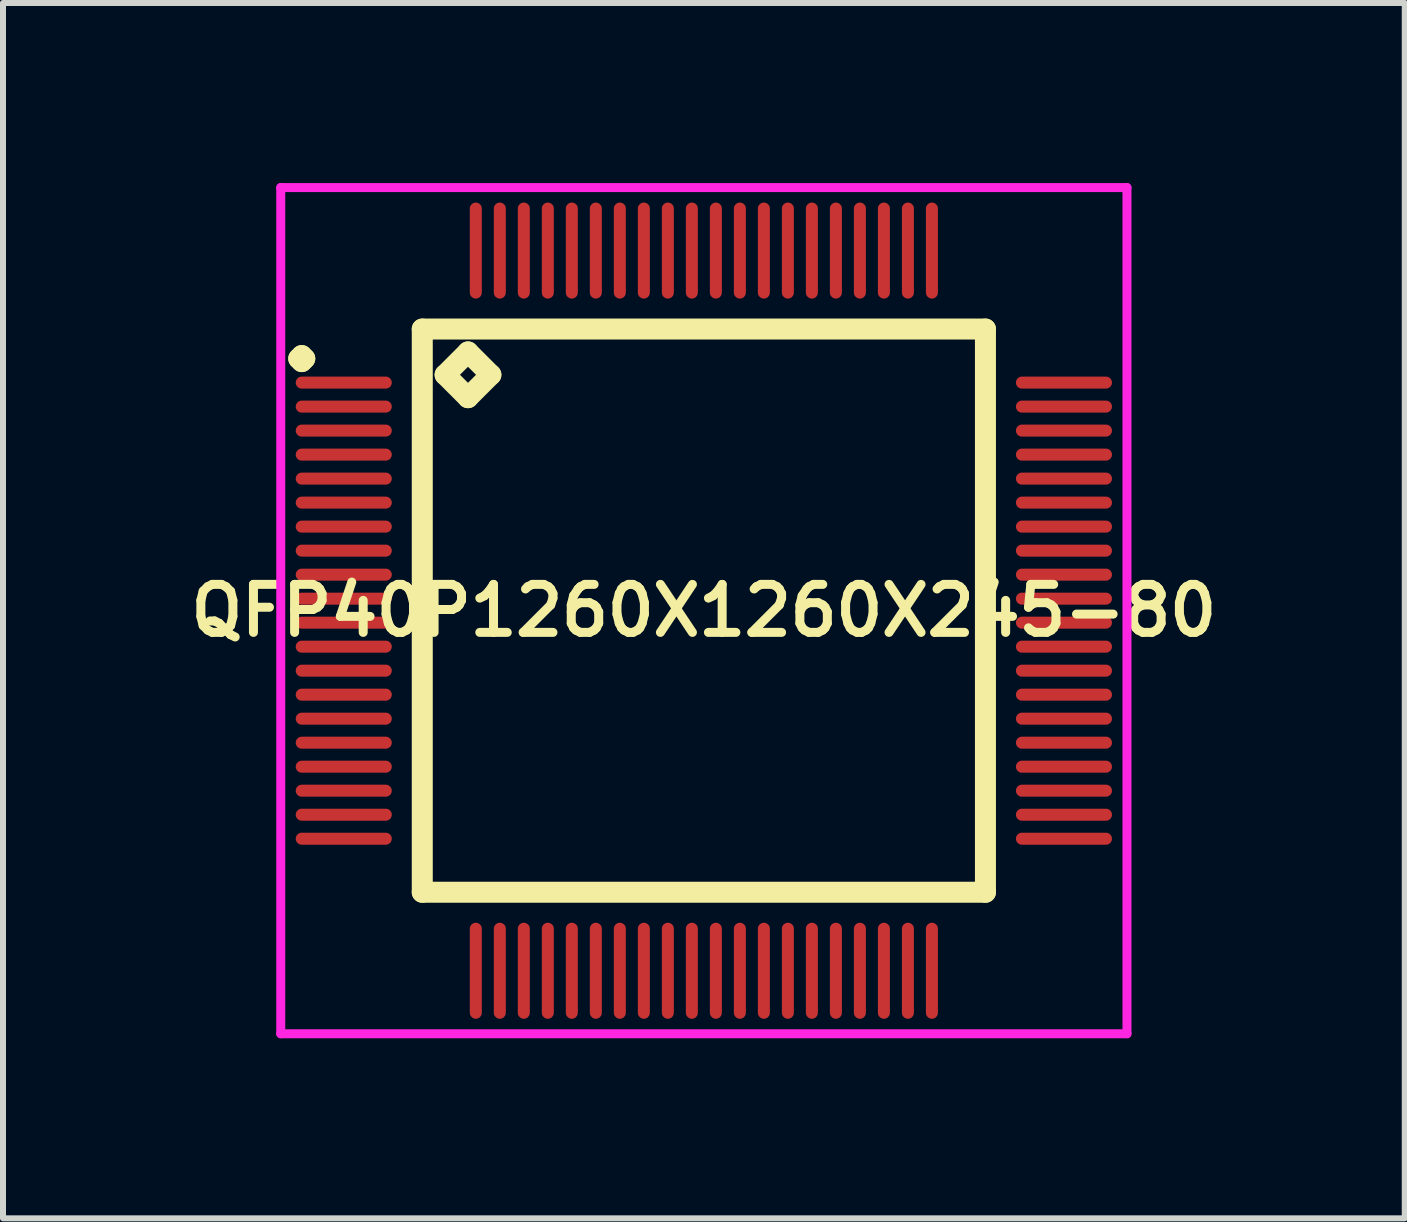
<source format=kicad_pcb>
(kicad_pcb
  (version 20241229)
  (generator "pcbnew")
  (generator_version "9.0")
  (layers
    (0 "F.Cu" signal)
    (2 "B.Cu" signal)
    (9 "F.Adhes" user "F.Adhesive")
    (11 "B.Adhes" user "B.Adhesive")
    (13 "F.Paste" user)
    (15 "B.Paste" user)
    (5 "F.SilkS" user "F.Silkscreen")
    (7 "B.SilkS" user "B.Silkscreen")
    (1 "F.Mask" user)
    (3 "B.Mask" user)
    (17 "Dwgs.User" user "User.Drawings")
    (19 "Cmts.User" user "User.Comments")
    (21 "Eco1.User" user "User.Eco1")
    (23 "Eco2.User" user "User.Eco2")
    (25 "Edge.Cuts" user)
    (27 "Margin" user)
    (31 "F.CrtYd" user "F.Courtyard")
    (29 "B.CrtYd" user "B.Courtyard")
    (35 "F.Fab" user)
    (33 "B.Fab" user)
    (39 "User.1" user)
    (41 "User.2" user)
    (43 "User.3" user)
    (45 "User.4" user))
  (footprint "QFP40P1260X1260X245-80"
    (layer "F.Cu")
    (at 8.678 7.125)
    (property "Reference" "QFP40P1260X1260X245-80" (at 0 0 0) (layer "F.SilkS") (effects (font (size 0.8 0.8) (thickness 0.15))))
    (attr smd)
    (fp_line (start -6.75 -4.2) (end -6.7 -4.25) (stroke (width 0.35) (type solid)) (layer "F.SilkS"))
    (fp_line (start -6.7 -4.25) (end -6.65 -4.2) (stroke (width 0.35) (type solid)) (layer "F.SilkS"))
    (fp_line (start -6.7 -4.15) (end -6.75 -4.2) (stroke (width 0.35) (type solid)) (layer "F.SilkS"))
    (fp_line (start -6.65 -4.2) (end -6.7 -4.15) (stroke (width 0.35) (type solid)) (layer "F.SilkS"))
    (fp_line (start -4.692 -4.692) (end -4.692 4.692) (stroke (width 0.35) (type solid)) (layer "F.SilkS"))
    (fp_line (start -4.692 4.692) (end 4.692 4.692) (stroke (width 0.35) (type solid)) (layer "F.SilkS"))
    (fp_line (start -4.311 -3.93) (end -3.93 -4.311) (stroke (width 0.35) (type solid)) (layer "F.SilkS"))
    (fp_line (start -3.93 -4.311) (end -3.549 -3.93) (stroke (width 0.35) (type solid)) (layer "F.SilkS"))
    (fp_line (start -3.93 -3.549) (end -4.311 -3.93) (stroke (width 0.35) (type solid)) (layer "F.SilkS"))
    (fp_line (start -3.549 -3.93) (end -3.93 -3.549) (stroke (width 0.35) (type solid)) (layer "F.SilkS"))
    (fp_line (start 4.692 -4.692) (end -4.692 -4.692) (stroke (width 0.35) (type solid)) (layer "F.SilkS"))
    (fp_line (start 4.692 4.692) (end 4.692 -4.692) (stroke (width 0.35) (type solid)) (layer "F.SilkS"))
    (fp_line (start -7.05 -7.05) (end 7.05 -7.05) (stroke (width 0.15) (type solid)) (layer "F.CrtYd"))
    (fp_line (start -7.05 7.05) (end -7.05 -7.05) (stroke (width 0.15) (type solid)) (layer "F.CrtYd"))
    (fp_line (start 7.05 -7.05) (end 7.05 7.05) (stroke (width 0.15) (type solid)) (layer "F.CrtYd"))
    (fp_line (start 7.05 7.05) (end -7.05 7.05) (stroke (width 0.15) (type solid)) (layer "F.CrtYd"))
    (pad "1" smd oval (at -6 -3.8) (size 1.6 0.2) (layers "F.Cu" "F.Mask" "F.Paste"))
    (pad "2" smd oval (at -6 -3.4) (size 1.6 0.2) (layers "F.Cu" "F.Mask" "F.Paste"))
    (pad "3" smd oval (at -6 -3) (size 1.6 0.2) (layers "F.Cu" "F.Mask" "F.Paste"))
    (pad "4" smd oval (at -6 -2.6) (size 1.6 0.2) (layers "F.Cu" "F.Mask" "F.Paste"))
    (pad "5" smd oval (at -6 -2.2) (size 1.6 0.2) (layers "F.Cu" "F.Mask" "F.Paste"))
    (pad "6" smd oval (at -6 -1.8) (size 1.6 0.2) (layers "F.Cu" "F.Mask" "F.Paste"))
    (pad "7" smd oval (at -6 -1.4) (size 1.6 0.2) (layers "F.Cu" "F.Mask" "F.Paste"))
    (pad "8" smd oval (at -6 -1) (size 1.6 0.2) (layers "F.Cu" "F.Mask" "F.Paste"))
    (pad "9" smd oval (at -6 -0.6) (size 1.6 0.2) (layers "F.Cu" "F.Mask" "F.Paste"))
    (pad "10" smd oval (at -6 -0.2) (size 1.6 0.2) (layers "F.Cu" "F.Mask" "F.Paste"))
    (pad "11" smd oval (at -6 0.2) (size 1.6 0.2) (layers "F.Cu" "F.Mask" "F.Paste"))
    (pad "12" smd oval (at -6 0.6) (size 1.6 0.2) (layers "F.Cu" "F.Mask" "F.Paste"))
    (pad "13" smd oval (at -6 1) (size 1.6 0.2) (layers "F.Cu" "F.Mask" "F.Paste"))
    (pad "14" smd oval (at -6 1.4) (size 1.6 0.2) (layers "F.Cu" "F.Mask" "F.Paste"))
    (pad "15" smd oval (at -6 1.8) (size 1.6 0.2) (layers "F.Cu" "F.Mask" "F.Paste"))
    (pad "16" smd oval (at -6 2.2) (size 1.6 0.2) (layers "F.Cu" "F.Mask" "F.Paste"))
    (pad "17" smd oval (at -6 2.6) (size 1.6 0.2) (layers "F.Cu" "F.Mask" "F.Paste"))
    (pad "18" smd oval (at -6 3) (size 1.6 0.2) (layers "F.Cu" "F.Mask" "F.Paste"))
    (pad "19" smd oval (at -6 3.4) (size 1.6 0.2) (layers "F.Cu" "F.Mask" "F.Paste"))
    (pad "20" smd oval (at -6 3.8) (size 1.6 0.2) (layers "F.Cu" "F.Mask" "F.Paste"))
    (pad "21" smd oval (at -3.8 6) (size 0.2 1.6) (layers "F.Cu" "F.Mask" "F.Paste"))
    (pad "22" smd oval (at -3.4 6) (size 0.2 1.6) (layers "F.Cu" "F.Mask" "F.Paste"))
    (pad "23" smd oval (at -3 6) (size 0.2 1.6) (layers "F.Cu" "F.Mask" "F.Paste"))
    (pad "24" smd oval (at -2.6 6) (size 0.2 1.6) (layers "F.Cu" "F.Mask" "F.Paste"))
    (pad "25" smd oval (at -2.2 6) (size 0.2 1.6) (layers "F.Cu" "F.Mask" "F.Paste"))
    (pad "26" smd oval (at -1.8 6) (size 0.2 1.6) (layers "F.Cu" "F.Mask" "F.Paste"))
    (pad "27" smd oval (at -1.4 6) (size 0.2 1.6) (layers "F.Cu" "F.Mask" "F.Paste"))
    (pad "28" smd oval (at -1 6) (size 0.2 1.6) (layers "F.Cu" "F.Mask" "F.Paste"))
    (pad "29" smd oval (at -0.6 6) (size 0.2 1.6) (layers "F.Cu" "F.Mask" "F.Paste"))
    (pad "30" smd oval (at -0.2 6) (size 0.2 1.6) (layers "F.Cu" "F.Mask" "F.Paste"))
    (pad "31" smd oval (at 0.2 6) (size 0.2 1.6) (layers "F.Cu" "F.Mask" "F.Paste"))
    (pad "32" smd oval (at 0.6 6) (size 0.2 1.6) (layers "F.Cu" "F.Mask" "F.Paste"))
    (pad "33" smd oval (at 1 6) (size 0.2 1.6) (layers "F.Cu" "F.Mask" "F.Paste"))
    (pad "34" smd oval (at 1.4 6) (size 0.2 1.6) (layers "F.Cu" "F.Mask" "F.Paste"))
    (pad "35" smd oval (at 1.8 6) (size 0.2 1.6) (layers "F.Cu" "F.Mask" "F.Paste"))
    (pad "36" smd oval (at 2.2 6) (size 0.2 1.6) (layers "F.Cu" "F.Mask" "F.Paste"))
    (pad "37" smd oval (at 2.6 6) (size 0.2 1.6) (layers "F.Cu" "F.Mask" "F.Paste"))
    (pad "38" smd oval (at 3 6) (size 0.2 1.6) (layers "F.Cu" "F.Mask" "F.Paste"))
    (pad "39" smd oval (at 3.4 6) (size 0.2 1.6) (layers "F.Cu" "F.Mask" "F.Paste"))
    (pad "40" smd oval (at 3.8 6) (size 0.2 1.6) (layers "F.Cu" "F.Mask" "F.Paste"))
    (pad "41" smd oval (at 6 3.8) (size 1.6 0.2) (layers "F.Cu" "F.Mask" "F.Paste"))
    (pad "42" smd oval (at 6 3.4) (size 1.6 0.2) (layers "F.Cu" "F.Mask" "F.Paste"))
    (pad "43" smd oval (at 6 3) (size 1.6 0.2) (layers "F.Cu" "F.Mask" "F.Paste"))
    (pad "44" smd oval (at 6 2.6) (size 1.6 0.2) (layers "F.Cu" "F.Mask" "F.Paste"))
    (pad "45" smd oval (at 6 2.2) (size 1.6 0.2) (layers "F.Cu" "F.Mask" "F.Paste"))
    (pad "46" smd oval (at 6 1.8) (size 1.6 0.2) (layers "F.Cu" "F.Mask" "F.Paste"))
    (pad "47" smd oval (at 6 1.4) (size 1.6 0.2) (layers "F.Cu" "F.Mask" "F.Paste"))
    (pad "48" smd oval (at 6 1) (size 1.6 0.2) (layers "F.Cu" "F.Mask" "F.Paste"))
    (pad "49" smd oval (at 6 0.6) (size 1.6 0.2) (layers "F.Cu" "F.Mask" "F.Paste"))
    (pad "50" smd oval (at 6 0.2) (size 1.6 0.2) (layers "F.Cu" "F.Mask" "F.Paste"))
    (pad "51" smd oval (at 6 -0.2) (size 1.6 0.2) (layers "F.Cu" "F.Mask" "F.Paste"))
    (pad "52" smd oval (at 6 -0.6) (size 1.6 0.2) (layers "F.Cu" "F.Mask" "F.Paste"))
    (pad "53" smd oval (at 6 -1) (size 1.6 0.2) (layers "F.Cu" "F.Mask" "F.Paste"))
    (pad "54" smd oval (at 6 -1.4) (size 1.6 0.2) (layers "F.Cu" "F.Mask" "F.Paste"))
    (pad "55" smd oval (at 6 -1.8) (size 1.6 0.2) (layers "F.Cu" "F.Mask" "F.Paste"))
    (pad "56" smd oval (at 6 -2.2) (size 1.6 0.2) (layers "F.Cu" "F.Mask" "F.Paste"))
    (pad "57" smd oval (at 6 -2.6) (size 1.6 0.2) (layers "F.Cu" "F.Mask" "F.Paste"))
    (pad "58" smd oval (at 6 -3) (size 1.6 0.2) (layers "F.Cu" "F.Mask" "F.Paste"))
    (pad "59" smd oval (at 6 -3.4) (size 1.6 0.2) (layers "F.Cu" "F.Mask" "F.Paste"))
    (pad "60" smd oval (at 6 -3.8) (size 1.6 0.2) (layers "F.Cu" "F.Mask" "F.Paste"))
    (pad "61" smd oval (at 3.8 -6) (size 0.2 1.6) (layers "F.Cu" "F.Mask" "F.Paste"))
    (pad "62" smd oval (at 3.4 -6) (size 0.2 1.6) (layers "F.Cu" "F.Mask" "F.Paste"))
    (pad "63" smd oval (at 3 -6) (size 0.2 1.6) (layers "F.Cu" "F.Mask" "F.Paste"))
    (pad "64" smd oval (at 2.6 -6) (size 0.2 1.6) (layers "F.Cu" "F.Mask" "F.Paste"))
    (pad "65" smd oval (at 2.2 -6) (size 0.2 1.6) (layers "F.Cu" "F.Mask" "F.Paste"))
    (pad "66" smd oval (at 1.8 -6) (size 0.2 1.6) (layers "F.Cu" "F.Mask" "F.Paste"))
    (pad "67" smd oval (at 1.4 -6) (size 0.2 1.6) (layers "F.Cu" "F.Mask" "F.Paste"))
    (pad "68" smd oval (at 1 -6) (size 0.2 1.6) (layers "F.Cu" "F.Mask" "F.Paste"))
    (pad "69" smd oval (at 0.6 -6) (size 0.2 1.6) (layers "F.Cu" "F.Mask" "F.Paste"))
    (pad "70" smd oval (at 0.2 -6) (size 0.2 1.6) (layers "F.Cu" "F.Mask" "F.Paste"))
    (pad "71" smd oval (at -0.2 -6) (size 0.2 1.6) (layers "F.Cu" "F.Mask" "F.Paste"))
    (pad "72" smd oval (at -0.6 -6) (size 0.2 1.6) (layers "F.Cu" "F.Mask" "F.Paste"))
    (pad "73" smd oval (at -1 -6) (size 0.2 1.6) (layers "F.Cu" "F.Mask" "F.Paste"))
    (pad "74" smd oval (at -1.4 -6) (size 0.2 1.6) (layers "F.Cu" "F.Mask" "F.Paste"))
    (pad "75" smd oval (at -1.8 -6) (size 0.2 1.6) (layers "F.Cu" "F.Mask" "F.Paste"))
    (pad "76" smd oval (at -2.2 -6) (size 0.2 1.6) (layers "F.Cu" "F.Mask" "F.Paste"))
    (pad "77" smd oval (at -2.6 -6) (size 0.2 1.6) (layers "F.Cu" "F.Mask" "F.Paste"))
    (pad "78" smd oval (at -3 -6) (size 0.2 1.6) (layers "F.Cu" "F.Mask" "F.Paste"))
    (pad "79" smd oval (at -3.4 -6) (size 0.2 1.6) (layers "F.Cu" "F.Mask" "F.Paste"))
    (pad "80" smd oval (at -3.8 -6) (size 0.2 1.6) (layers "F.Cu" "F.Mask" "F.Paste")))
  (gr_rect
    (start -3 -3)
    (end 20.357 17.25)
    (stroke (width 0.1) (type default))
    (fill no)
    (layer "Edge.Cuts")))
</source>
